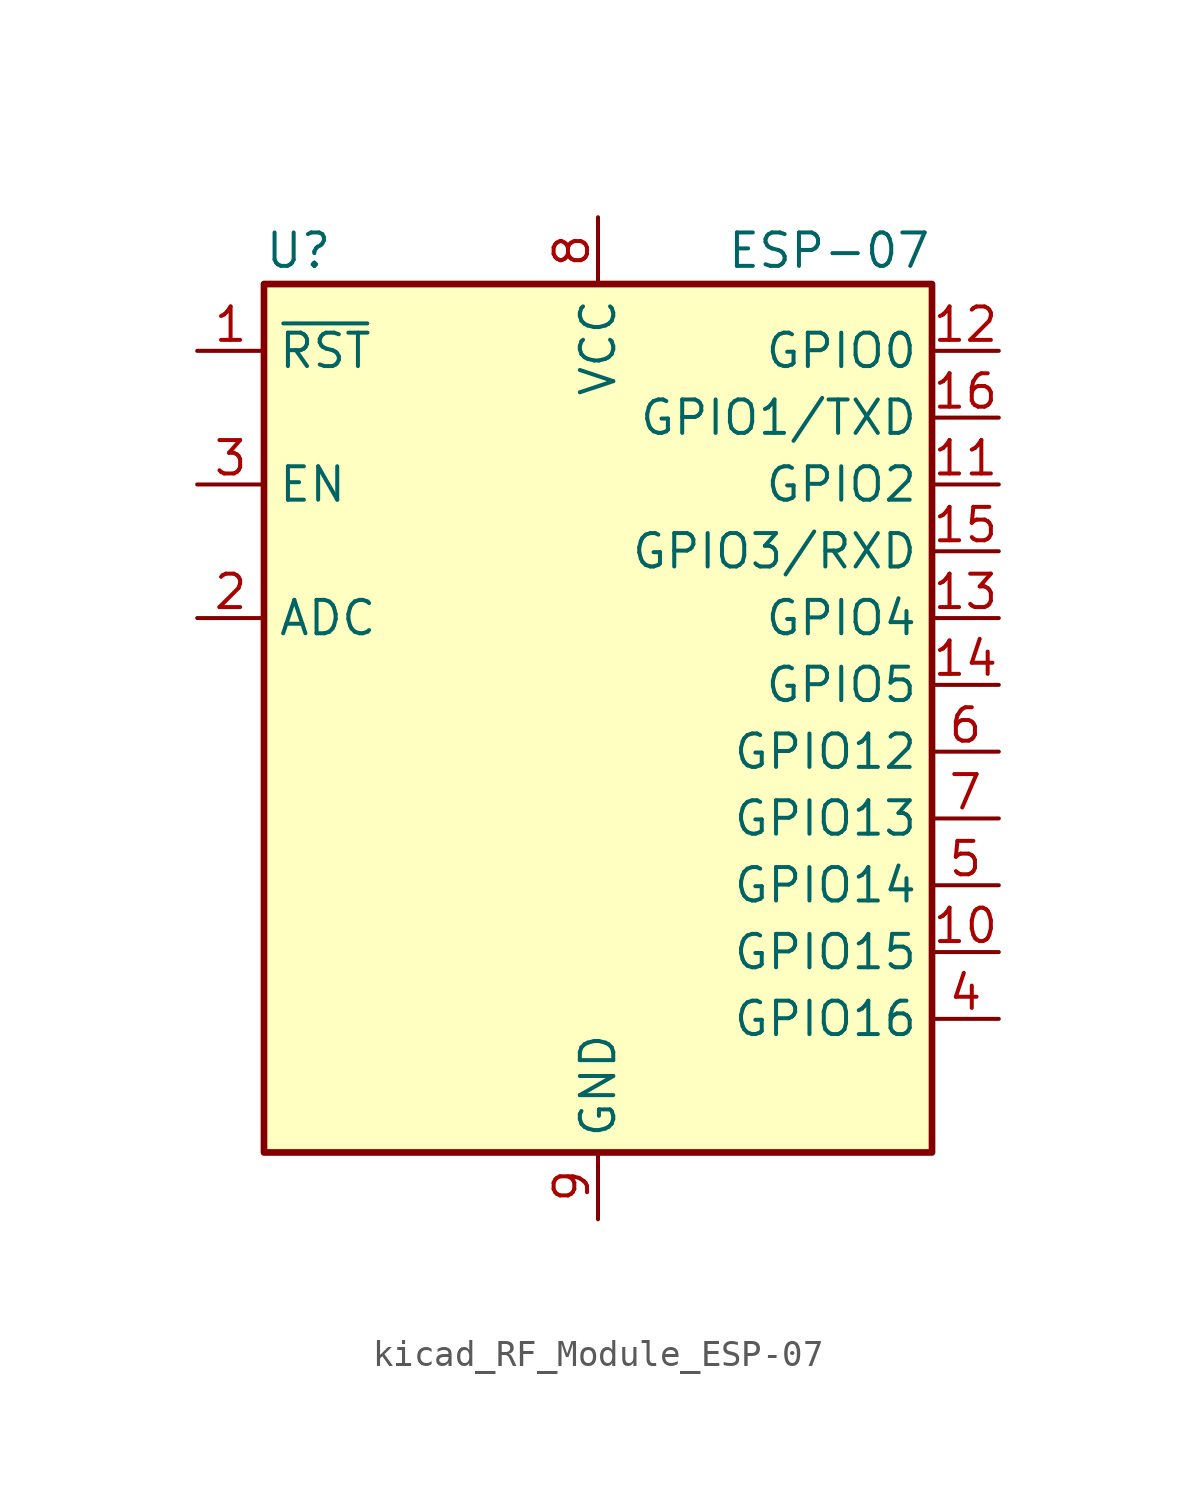
<source format=kicad_sym>
(kicad_symbol_lib
  (version 20220914)
  (generator kicad_symbol_editor)
  (symbol "kicad_RF_Module_ESP-07"
    (property "Reference" "U"
      (at -12.7 19.05 0)
      (effects (font (size 1.27 1.27)) (justify left)))
    (property "Value" "ESP-07"
      (at 12.7 19.05 0)
      (effects (font (size 1.27 1.27)) (justify right)))
    (symbol "kicad_RF_Module_ESP-07_0_1"
      (rectangle (start -12.7 17.78) (end 12.7 -15.24) (stroke (width 0.254) (type default)) (fill (type background))))
    (symbol "kicad_RF_Module_ESP-07_1_1"
      (pin input line (at -15.24 15.24 0) (length 2.54) (name "~{RST}" (effects (font (size 1.27 1.27)))) (number "1" (effects (font (size 1.27 1.27)))))
      (pin bidirectional line (at 15.24 -7.62 180) (length 2.54) (name "GPIO15" (effects (font (size 1.27 1.27)))) (number "10" (effects (font (size 1.27 1.27)))))
      (pin bidirectional line (at 15.24 10.16 180) (length 2.54) (name "GPIO2" (effects (font (size 1.27 1.27)))) (number "11" (effects (font (size 1.27 1.27)))))
      (pin bidirectional line (at 15.24 15.24 180) (length 2.54) (name "GPIO0" (effects (font (size 1.27 1.27)))) (number "12" (effects (font (size 1.27 1.27)))))
      (pin bidirectional line (at 15.24 5.08 180) (length 2.54) (name "GPIO4" (effects (font (size 1.27 1.27)))) (number "13" (effects (font (size 1.27 1.27)))))
      (pin bidirectional line (at 15.24 2.54 180) (length 2.54) (name "GPIO5" (effects (font (size 1.27 1.27)))) (number "14" (effects (font (size 1.27 1.27)))))
      (pin bidirectional line (at 15.24 7.62 180) (length 2.54) (name "GPIO3/RXD" (effects (font (size 1.27 1.27)))) (number "15" (effects (font (size 1.27 1.27)))))
      (pin bidirectional line (at 15.24 12.7 180) (length 2.54) (name "GPIO1/TXD" (effects (font (size 1.27 1.27)))) (number "16" (effects (font (size 1.27 1.27)))))
      (pin input line (at -15.24 5.08 0) (length 2.54) (name "ADC" (effects (font (size 1.27 1.27)))) (number "2" (effects (font (size 1.27 1.27)))))
      (pin input line (at -15.24 10.16 0) (length 2.54) (name "EN" (effects (font (size 1.27 1.27)))) (number "3" (effects (font (size 1.27 1.27)))))
      (pin bidirectional line (at 15.24 -10.16 180) (length 2.54) (name "GPIO16" (effects (font (size 1.27 1.27)))) (number "4" (effects (font (size 1.27 1.27)))))
      (pin bidirectional line (at 15.24 -5.08 180) (length 2.54) (name "GPIO14" (effects (font (size 1.27 1.27)))) (number "5" (effects (font (size 1.27 1.27)))))
      (pin bidirectional line (at 15.24 0 180) (length 2.54) (name "GPIO12" (effects (font (size 1.27 1.27)))) (number "6" (effects (font (size 1.27 1.27)))))
      (pin bidirectional line (at 15.24 -2.54 180) (length 2.54) (name "GPIO13" (effects (font (size 1.27 1.27)))) (number "7" (effects (font (size 1.27 1.27)))))
      (pin power_in line (at 0 20.32 270) (length 2.54) (name "VCC" (effects (font (size 1.27 1.27)))) (number "8" (effects (font (size 1.27 1.27)))))
      (pin power_in line (at 0 -17.78 90) (length 2.54) (name "GND" (effects (font (size 1.27 1.27)))) (number "9" (effects (font (size 1.27 1.27))))))))
</source>
